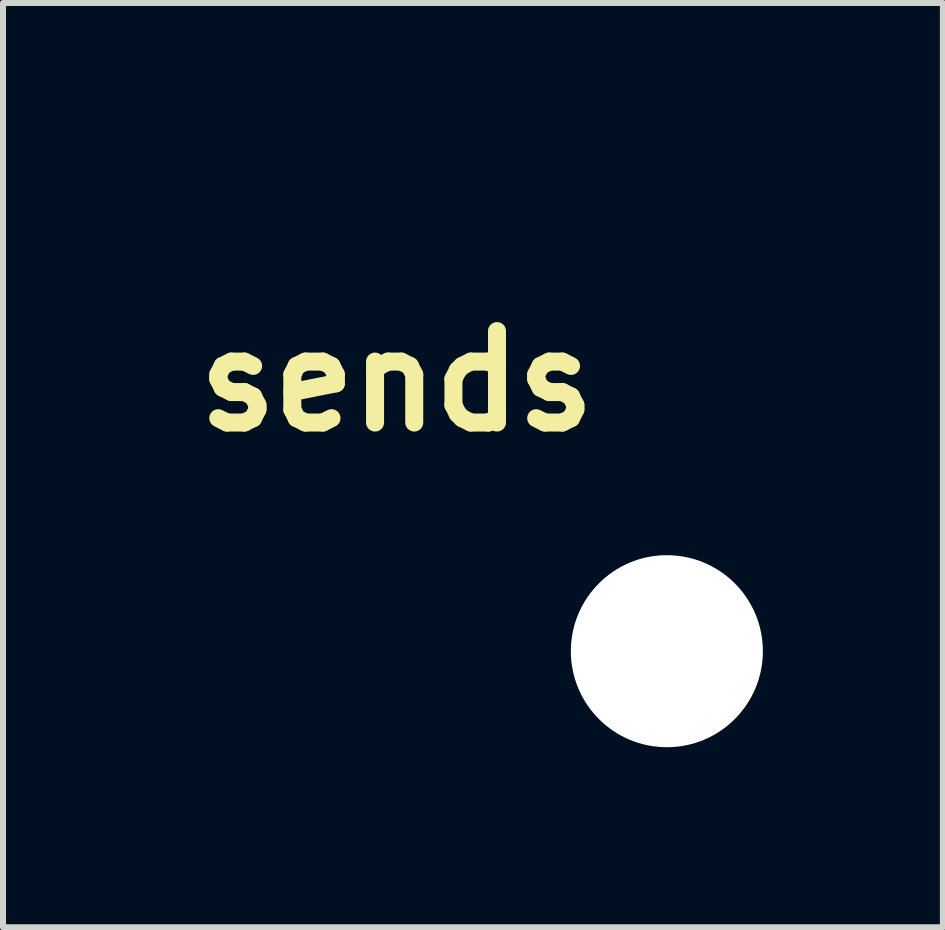
<source format=kicad_pcb>
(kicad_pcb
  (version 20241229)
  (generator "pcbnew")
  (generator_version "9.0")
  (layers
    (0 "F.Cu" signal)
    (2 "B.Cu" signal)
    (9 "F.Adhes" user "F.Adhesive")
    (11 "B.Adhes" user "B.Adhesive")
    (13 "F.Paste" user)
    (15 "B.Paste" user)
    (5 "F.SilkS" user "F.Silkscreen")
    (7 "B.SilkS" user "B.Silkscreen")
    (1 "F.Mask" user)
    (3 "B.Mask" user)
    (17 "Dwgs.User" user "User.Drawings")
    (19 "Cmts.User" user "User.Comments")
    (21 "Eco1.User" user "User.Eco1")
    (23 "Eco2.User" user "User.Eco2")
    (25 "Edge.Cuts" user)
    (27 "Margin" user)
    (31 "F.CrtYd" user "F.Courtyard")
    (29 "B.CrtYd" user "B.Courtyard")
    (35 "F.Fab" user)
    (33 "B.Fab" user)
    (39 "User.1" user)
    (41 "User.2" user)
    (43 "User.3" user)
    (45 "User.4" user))
  (footprint "sends"
    (layer "F.Cu")
    (at 8.063 7.802)
    (property "Reference" "sends" (at -4.5 -4.5 0) (layer "F.SilkS") (effects (font (size 1.524 1.524) (thickness 0.3))))
    (attr through_hole)
    (fp_poly (pts (xy -2.331 -7.778) (xy -2.285 -7.75) (xy -2.24 -7.71) (xy -2.203 -7.665) (xy -2.183 -7.633) (xy -2.16 -7.585) (xy -2.16 -5.968) (xy -2.178 -5.929) (xy -2.207 -5.882) (xy -2.246 -5.837) (xy -2.292 -5.799) (xy -2.324 -5.781) (xy -2.35 -5.769) (xy -2.375 -5.762) (xy -2.404 -5.758) (xy -2.443 -5.757) (xy -2.448 -5.757) (xy -2.487 -5.758) (xy -2.516 -5.76) (xy -2.539 -5.766) (xy -2.564 -5.777) (xy -2.572 -5.781) (xy -2.62 -5.811) (xy -2.664 -5.853) (xy -2.7 -5.9) (xy -2.722 -5.943) (xy -2.726 -5.955) (xy -2.729 -5.967) (xy -2.732 -5.98) (xy -2.734 -5.998) (xy -2.736 -6.02) (xy -2.737 -6.049) (xy -2.738 -6.086) (xy -2.739 -6.134) (xy -2.739 -6.192) (xy -2.739 -6.264) (xy -2.74 -6.35) (xy -2.74 -6.394) (xy -2.74 -6.798) (xy -4.351 -5.186) (xy -4.332 -5.154) (xy -4.308 -5.111) (xy -4.282 -5.057) (xy -4.255 -4.999) (xy -4.231 -4.942) (xy -4.213 -4.891) (xy -4.212 -4.887) (xy -4.191 -4.819) (xy -4.175 -4.759) (xy -4.163 -4.701) (xy -4.156 -4.642) (xy -4.151 -4.576) (xy -4.15 -4.5) (xy -4.15 -4.466) (xy -4.15 -4.402) (xy -4.151 -4.352) (xy -4.153 -4.312) (xy -4.156 -4.277) (xy -4.161 -4.245) (xy -4.167 -4.212) (xy -4.168 -4.207) (xy -4.205 -4.065) (xy -4.254 -3.935) (xy -4.284 -3.871) (xy -4.328 -3.782) (xy -2.74 -2.194) (xy -2.74 -2.597) (xy -2.739 -2.691) (xy -2.739 -2.769) (xy -2.739 -2.833) (xy -2.739 -2.885) (xy -2.738 -2.927) (xy -2.737 -2.959) (xy -2.735 -2.985) (xy -2.733 -3.004) (xy -2.731 -3.019) (xy -2.728 -3.032) (xy -2.724 -3.043) (xy -2.722 -3.048) (xy -2.697 -3.097) (xy -2.659 -3.144) (xy -2.614 -3.184) (xy -2.572 -3.211) (xy -2.546 -3.223) (xy -2.522 -3.23) (xy -2.495 -3.233) (xy -2.459 -3.234) (xy -2.448 -3.234) (xy -2.407 -3.233) (xy -2.378 -3.23) (xy -2.353 -3.224) (xy -2.327 -3.212) (xy -2.324 -3.211) (xy -2.277 -3.182) (xy -2.233 -3.141) (xy -2.196 -3.095) (xy -2.178 -3.063) (xy -2.16 -3.023) (xy -2.16 -1.406) (xy -2.182 -1.359) (xy -2.218 -1.301) (xy -2.267 -1.253) (xy -2.324 -1.217) (xy -2.371 -1.195) (xy -3.137 -1.193) (xy -3.274 -1.193) (xy -3.395 -1.193) (xy -3.501 -1.193) (xy -3.593 -1.193) (xy -3.671 -1.193) (xy -3.738 -1.194) (xy -3.793 -1.195) (xy -3.838 -1.196) (xy -3.873 -1.197) (xy -3.9 -1.198) (xy -3.92 -1.2) (xy -3.933 -1.201) (xy -3.939 -1.203) (xy -3.995 -1.229) (xy -4.048 -1.268) (xy -4.092 -1.317) (xy -4.122 -1.367) (xy -4.136 -1.412) (xy -4.142 -1.466) (xy -4.14 -1.522) (xy -4.13 -1.575) (xy -4.118 -1.605) (xy -4.084 -1.66) (xy -4.038 -1.708) (xy -3.984 -1.744) (xy -3.975 -1.748) (xy -3.929 -1.77) (xy -3.163 -1.779) (xy -4.735 -3.351) (xy -4.801 -3.31) (xy -4.927 -3.244) (xy -5.062 -3.191) (xy -5.207 -3.151) (xy -5.24 -3.144) (xy -5.302 -3.134) (xy -5.375 -3.128) (xy -5.454 -3.125) (xy -5.535 -3.124) (xy -5.613 -3.127) (xy -5.682 -3.134) (xy -5.723 -3.14) (xy -5.872 -3.176) (xy -6.014 -3.228) (xy -6.149 -3.294) (xy -6.274 -3.374) (xy -6.39 -3.468) (xy -6.496 -3.574) (xy -6.591 -3.693) (xy -6.651 -3.785) (xy -6.717 -3.911) (xy -6.769 -4.045) (xy -6.806 -4.184) (xy -6.828 -4.327) (xy -6.833 -4.434) (xy -6.248 -4.434) (xy -6.244 -4.384) (xy -6.224 -4.274) (xy -6.19 -4.173) (xy -6.141 -4.08) (xy -6.077 -3.991) (xy -6.023 -3.933) (xy -5.942 -3.861) (xy -5.857 -3.803) (xy -5.765 -3.76) (xy -5.665 -3.729) (xy -5.558 -3.71) (xy -5.525 -3.708) (xy -5.48 -3.709) (xy -5.43 -3.712) (xy -5.381 -3.717) (xy -5.337 -3.724) (xy -5.328 -3.725) (xy -5.262 -3.743) (xy -5.194 -3.769) (xy -5.13 -3.8) (xy -5.071 -3.835) (xy -5.022 -3.873) (xy -4.985 -3.911) (xy -4.975 -3.924) (xy -4.952 -3.954) (xy -4.926 -3.982) (xy -4.91 -3.995) (xy -4.877 -4.027) (xy -4.843 -4.073) (xy -4.811 -4.13) (xy -4.783 -4.193) (xy -4.76 -4.26) (xy -4.75 -4.298) (xy -4.734 -4.408) (xy -4.734 -4.519) (xy -4.75 -4.628) (xy -4.782 -4.735) (xy -4.829 -4.836) (xy -4.848 -4.868) (xy -4.889 -4.926) (xy -4.94 -4.985) (xy -4.997 -5.04) (xy -5.056 -5.088) (xy -5.11 -5.124) (xy -5.193 -5.163) (xy -5.284 -5.195) (xy -5.378 -5.216) (xy -5.408 -5.22) (xy -5.512 -5.224) (xy -5.618 -5.213) (xy -5.723 -5.187) (xy -5.825 -5.148) (xy -5.871 -5.124) (xy -5.917 -5.093) (xy -5.969 -5.052) (xy -6.021 -5.003) (xy -6.07 -4.951) (xy -6.112 -4.9) (xy -6.145 -4.853) (xy -6.148 -4.847) (xy -6.194 -4.749) (xy -6.227 -4.645) (xy -6.245 -4.539) (xy -6.248 -4.434) (xy -6.833 -4.434) (xy -6.835 -4.471) (xy -6.827 -4.616) (xy -6.804 -4.759) (xy -6.767 -4.894) (xy -6.713 -5.029) (xy -6.645 -5.157) (xy -6.563 -5.277) (xy -6.469 -5.388) (xy -6.364 -5.488) (xy -6.249 -5.577) (xy -6.125 -5.653) (xy -5.994 -5.715) (xy -5.914 -5.744) (xy -5.846 -5.765) (xy -5.785 -5.781) (xy -5.727 -5.793) (xy -5.668 -5.8) (xy -5.603 -5.805) (xy -5.528 -5.807) (xy -5.49 -5.807) (xy -5.427 -5.807) (xy -5.377 -5.806) (xy -5.336 -5.804) (xy -5.302 -5.801) (xy -5.27 -5.796) (xy -5.237 -5.79) (xy -5.228 -5.788) (xy -5.113 -5.758) (xy -5.001 -5.72) (xy -4.895 -5.674) (xy -4.802 -5.624) (xy -4.77 -5.605) (xy -3.966 -6.409) (xy -3.163 -7.213) (xy -3.929 -7.221) (xy -3.975 -7.243) (xy -4.03 -7.277) (xy -4.078 -7.324) (xy -4.114 -7.378) (xy -4.118 -7.386) (xy -4.13 -7.413) (xy -4.136 -7.438) (xy -4.139 -7.468) (xy -4.14 -7.508) (xy -4.14 -7.509) (xy -4.14 -7.549) (xy -4.137 -7.578) (xy -4.13 -7.602) (xy -4.12 -7.627) (xy -4.117 -7.633) (xy -4.087 -7.679) (xy -4.047 -7.723) (xy -4.001 -7.76) (xy -3.969 -7.778) (xy -3.929 -7.797) (xy -2.371 -7.797) (xy -2.331 -7.778)) (stroke (width 0.01) (type solid)) (fill yes) (layer "F.Mask"))
    (fp_poly (pts (xy -2.331 -7.778) (xy -2.285 -7.75) (xy -2.24 -7.71) (xy -2.203 -7.665) (xy -2.183 -7.633) (xy -2.16 -7.585) (xy -2.16 -5.968) (xy -2.178 -5.929) (xy -2.207 -5.882) (xy -2.246 -5.837) (xy -2.292 -5.799) (xy -2.324 -5.781) (xy -2.35 -5.769) (xy -2.375 -5.762) (xy -2.404 -5.758) (xy -2.443 -5.757) (xy -2.448 -5.757) (xy -2.487 -5.758) (xy -2.516 -5.76) (xy -2.539 -5.766) (xy -2.564 -5.777) (xy -2.572 -5.781) (xy -2.62 -5.811) (xy -2.664 -5.853) (xy -2.7 -5.9) (xy -2.722 -5.943) (xy -2.726 -5.955) (xy -2.729 -5.967) (xy -2.732 -5.98) (xy -2.734 -5.998) (xy -2.736 -6.02) (xy -2.737 -6.049) (xy -2.738 -6.086) (xy -2.739 -6.134) (xy -2.739 -6.192) (xy -2.739 -6.264) (xy -2.74 -6.35) (xy -2.74 -6.394) (xy -2.74 -6.798) (xy -4.351 -5.186) (xy -4.332 -5.154) (xy -4.308 -5.111) (xy -4.282 -5.057) (xy -4.255 -4.999) (xy -4.231 -4.942) (xy -4.213 -4.891) (xy -4.212 -4.887) (xy -4.191 -4.819) (xy -4.175 -4.759) (xy -4.163 -4.701) (xy -4.156 -4.642) (xy -4.151 -4.576) (xy -4.15 -4.5) (xy -4.15 -4.466) (xy -4.15 -4.402) (xy -4.151 -4.352) (xy -4.153 -4.312) (xy -4.156 -4.277) (xy -4.161 -4.245) (xy -4.167 -4.212) (xy -4.168 -4.207) (xy -4.205 -4.065) (xy -4.254 -3.935) (xy -4.284 -3.871) (xy -4.328 -3.782) (xy -2.74 -2.194) (xy -2.74 -2.597) (xy -2.739 -2.691) (xy -2.739 -2.769) (xy -2.739 -2.833) (xy -2.739 -2.885) (xy -2.738 -2.927) (xy -2.737 -2.959) (xy -2.735 -2.985) (xy -2.733 -3.004) (xy -2.731 -3.019) (xy -2.728 -3.032) (xy -2.724 -3.043) (xy -2.722 -3.048) (xy -2.697 -3.097) (xy -2.659 -3.144) (xy -2.614 -3.184) (xy -2.572 -3.211) (xy -2.546 -3.223) (xy -2.522 -3.23) (xy -2.495 -3.233) (xy -2.459 -3.234) (xy -2.448 -3.234) (xy -2.407 -3.233) (xy -2.378 -3.23) (xy -2.353 -3.224) (xy -2.327 -3.212) (xy -2.324 -3.211) (xy -2.277 -3.182) (xy -2.233 -3.141) (xy -2.196 -3.095) (xy -2.178 -3.063) (xy -2.16 -3.023) (xy -2.16 -1.406) (xy -2.182 -1.359) (xy -2.218 -1.301) (xy -2.267 -1.253) (xy -2.324 -1.217) (xy -2.371 -1.195) (xy -3.137 -1.193) (xy -3.274 -1.193) (xy -3.395 -1.193) (xy -3.501 -1.193) (xy -3.593 -1.193) (xy -3.671 -1.193) (xy -3.738 -1.194) (xy -3.793 -1.195) (xy -3.838 -1.196) (xy -3.873 -1.197) (xy -3.9 -1.198) (xy -3.92 -1.2) (xy -3.933 -1.201) (xy -3.939 -1.203) (xy -3.995 -1.229) (xy -4.048 -1.268) (xy -4.092 -1.317) (xy -4.122 -1.367) (xy -4.136 -1.412) (xy -4.142 -1.466) (xy -4.14 -1.522) (xy -4.13 -1.575) (xy -4.118 -1.605) (xy -4.084 -1.66) (xy -4.038 -1.708) (xy -3.984 -1.744) (xy -3.975 -1.748) (xy -3.929 -1.77) (xy -3.163 -1.779) (xy -4.735 -3.351) (xy -4.801 -3.31) (xy -4.927 -3.244) (xy -5.062 -3.191) (xy -5.207 -3.151) (xy -5.24 -3.144) (xy -5.302 -3.134) (xy -5.375 -3.128) (xy -5.454 -3.125) (xy -5.535 -3.124) (xy -5.613 -3.127) (xy -5.682 -3.134) (xy -5.723 -3.14) (xy -5.872 -3.176) (xy -6.014 -3.228) (xy -6.149 -3.294) (xy -6.274 -3.374) (xy -6.39 -3.468) (xy -6.496 -3.574) (xy -6.591 -3.693) (xy -6.651 -3.785) (xy -6.717 -3.911) (xy -6.769 -4.045) (xy -6.806 -4.184) (xy -6.828 -4.327) (xy -6.833 -4.434) (xy -6.248 -4.434) (xy -6.244 -4.384) (xy -6.224 -4.274) (xy -6.19 -4.173) (xy -6.141 -4.08) (xy -6.077 -3.991) (xy -6.023 -3.933) (xy -5.942 -3.861) (xy -5.857 -3.803) (xy -5.765 -3.76) (xy -5.665 -3.729) (xy -5.558 -3.71) (xy -5.525 -3.708) (xy -5.48 -3.709) (xy -5.43 -3.712) (xy -5.381 -3.717) (xy -5.337 -3.724) (xy -5.328 -3.725) (xy -5.262 -3.743) (xy -5.194 -3.769) (xy -5.13 -3.8) (xy -5.071 -3.835) (xy -5.022 -3.873) (xy -4.985 -3.911) (xy -4.975 -3.924) (xy -4.952 -3.954) (xy -4.926 -3.982) (xy -4.91 -3.995) (xy -4.877 -4.027) (xy -4.843 -4.073) (xy -4.811 -4.13) (xy -4.783 -4.193) (xy -4.76 -4.26) (xy -4.75 -4.298) (xy -4.734 -4.408) (xy -4.734 -4.519) (xy -4.75 -4.628) (xy -4.782 -4.735) (xy -4.829 -4.836) (xy -4.848 -4.868) (xy -4.889 -4.926) (xy -4.94 -4.985) (xy -4.997 -5.04) (xy -5.056 -5.088) (xy -5.11 -5.124) (xy -5.193 -5.163) (xy -5.284 -5.195) (xy -5.378 -5.216) (xy -5.408 -5.22) (xy -5.512 -5.224) (xy -5.618 -5.213) (xy -5.723 -5.187) (xy -5.825 -5.148) (xy -5.871 -5.124) (xy -5.917 -5.093) (xy -5.969 -5.052) (xy -6.021 -5.003) (xy -6.07 -4.951) (xy -6.112 -4.9) (xy -6.145 -4.853) (xy -6.148 -4.847) (xy -6.194 -4.749) (xy -6.227 -4.645) (xy -6.245 -4.539) (xy -6.248 -4.434) (xy -6.833 -4.434) (xy -6.835 -4.471) (xy -6.827 -4.616) (xy -6.804 -4.759) (xy -6.767 -4.894) (xy -6.713 -5.029) (xy -6.645 -5.157) (xy -6.563 -5.277) (xy -6.469 -5.388) (xy -6.364 -5.488) (xy -6.249 -5.577) (xy -6.125 -5.653) (xy -5.994 -5.715) (xy -5.914 -5.744) (xy -5.846 -5.765) (xy -5.785 -5.781) (xy -5.727 -5.793) (xy -5.668 -5.8) (xy -5.603 -5.805) (xy -5.528 -5.807) (xy -5.49 -5.807) (xy -5.427 -5.807) (xy -5.377 -5.806) (xy -5.336 -5.804) (xy -5.302 -5.801) (xy -5.27 -5.796) (xy -5.237 -5.79) (xy -5.228 -5.788) (xy -5.113 -5.758) (xy -5.001 -5.72) (xy -4.895 -5.674) (xy -4.802 -5.624) (xy -4.77 -5.605) (xy -3.966 -6.409) (xy -3.163 -7.213) (xy -3.929 -7.221) (xy -3.975 -7.243) (xy -4.03 -7.277) (xy -4.078 -7.324) (xy -4.114 -7.378) (xy -4.118 -7.386) (xy -4.13 -7.413) (xy -4.136 -7.438) (xy -4.139 -7.468) (xy -4.14 -7.508) (xy -4.14 -7.509) (xy -4.14 -7.549) (xy -4.137 -7.578) (xy -4.13 -7.602) (xy -4.12 -7.627) (xy -4.117 -7.633) (xy -4.087 -7.679) (xy -4.047 -7.723) (xy -4.001 -7.76) (xy -3.969 -7.778) (xy -3.929 -7.797) (xy -2.371 -7.797) (xy -2.331 -7.778)) (stroke (width 0.01) (type solid)) (fill yes) (layer "B.Mask"))
    (pad "" np_thru_hole circle (at 0 0) (size 3.2 3.2) (drill 3.2) (layers "*.Cu" "*.Mask")))
  (gr_rect
    (start -3 -3)
    (end 12.663 12.402)
    (stroke (width 0.1) (type default))
    (fill no)
    (layer "Edge.Cuts")))
</source>
